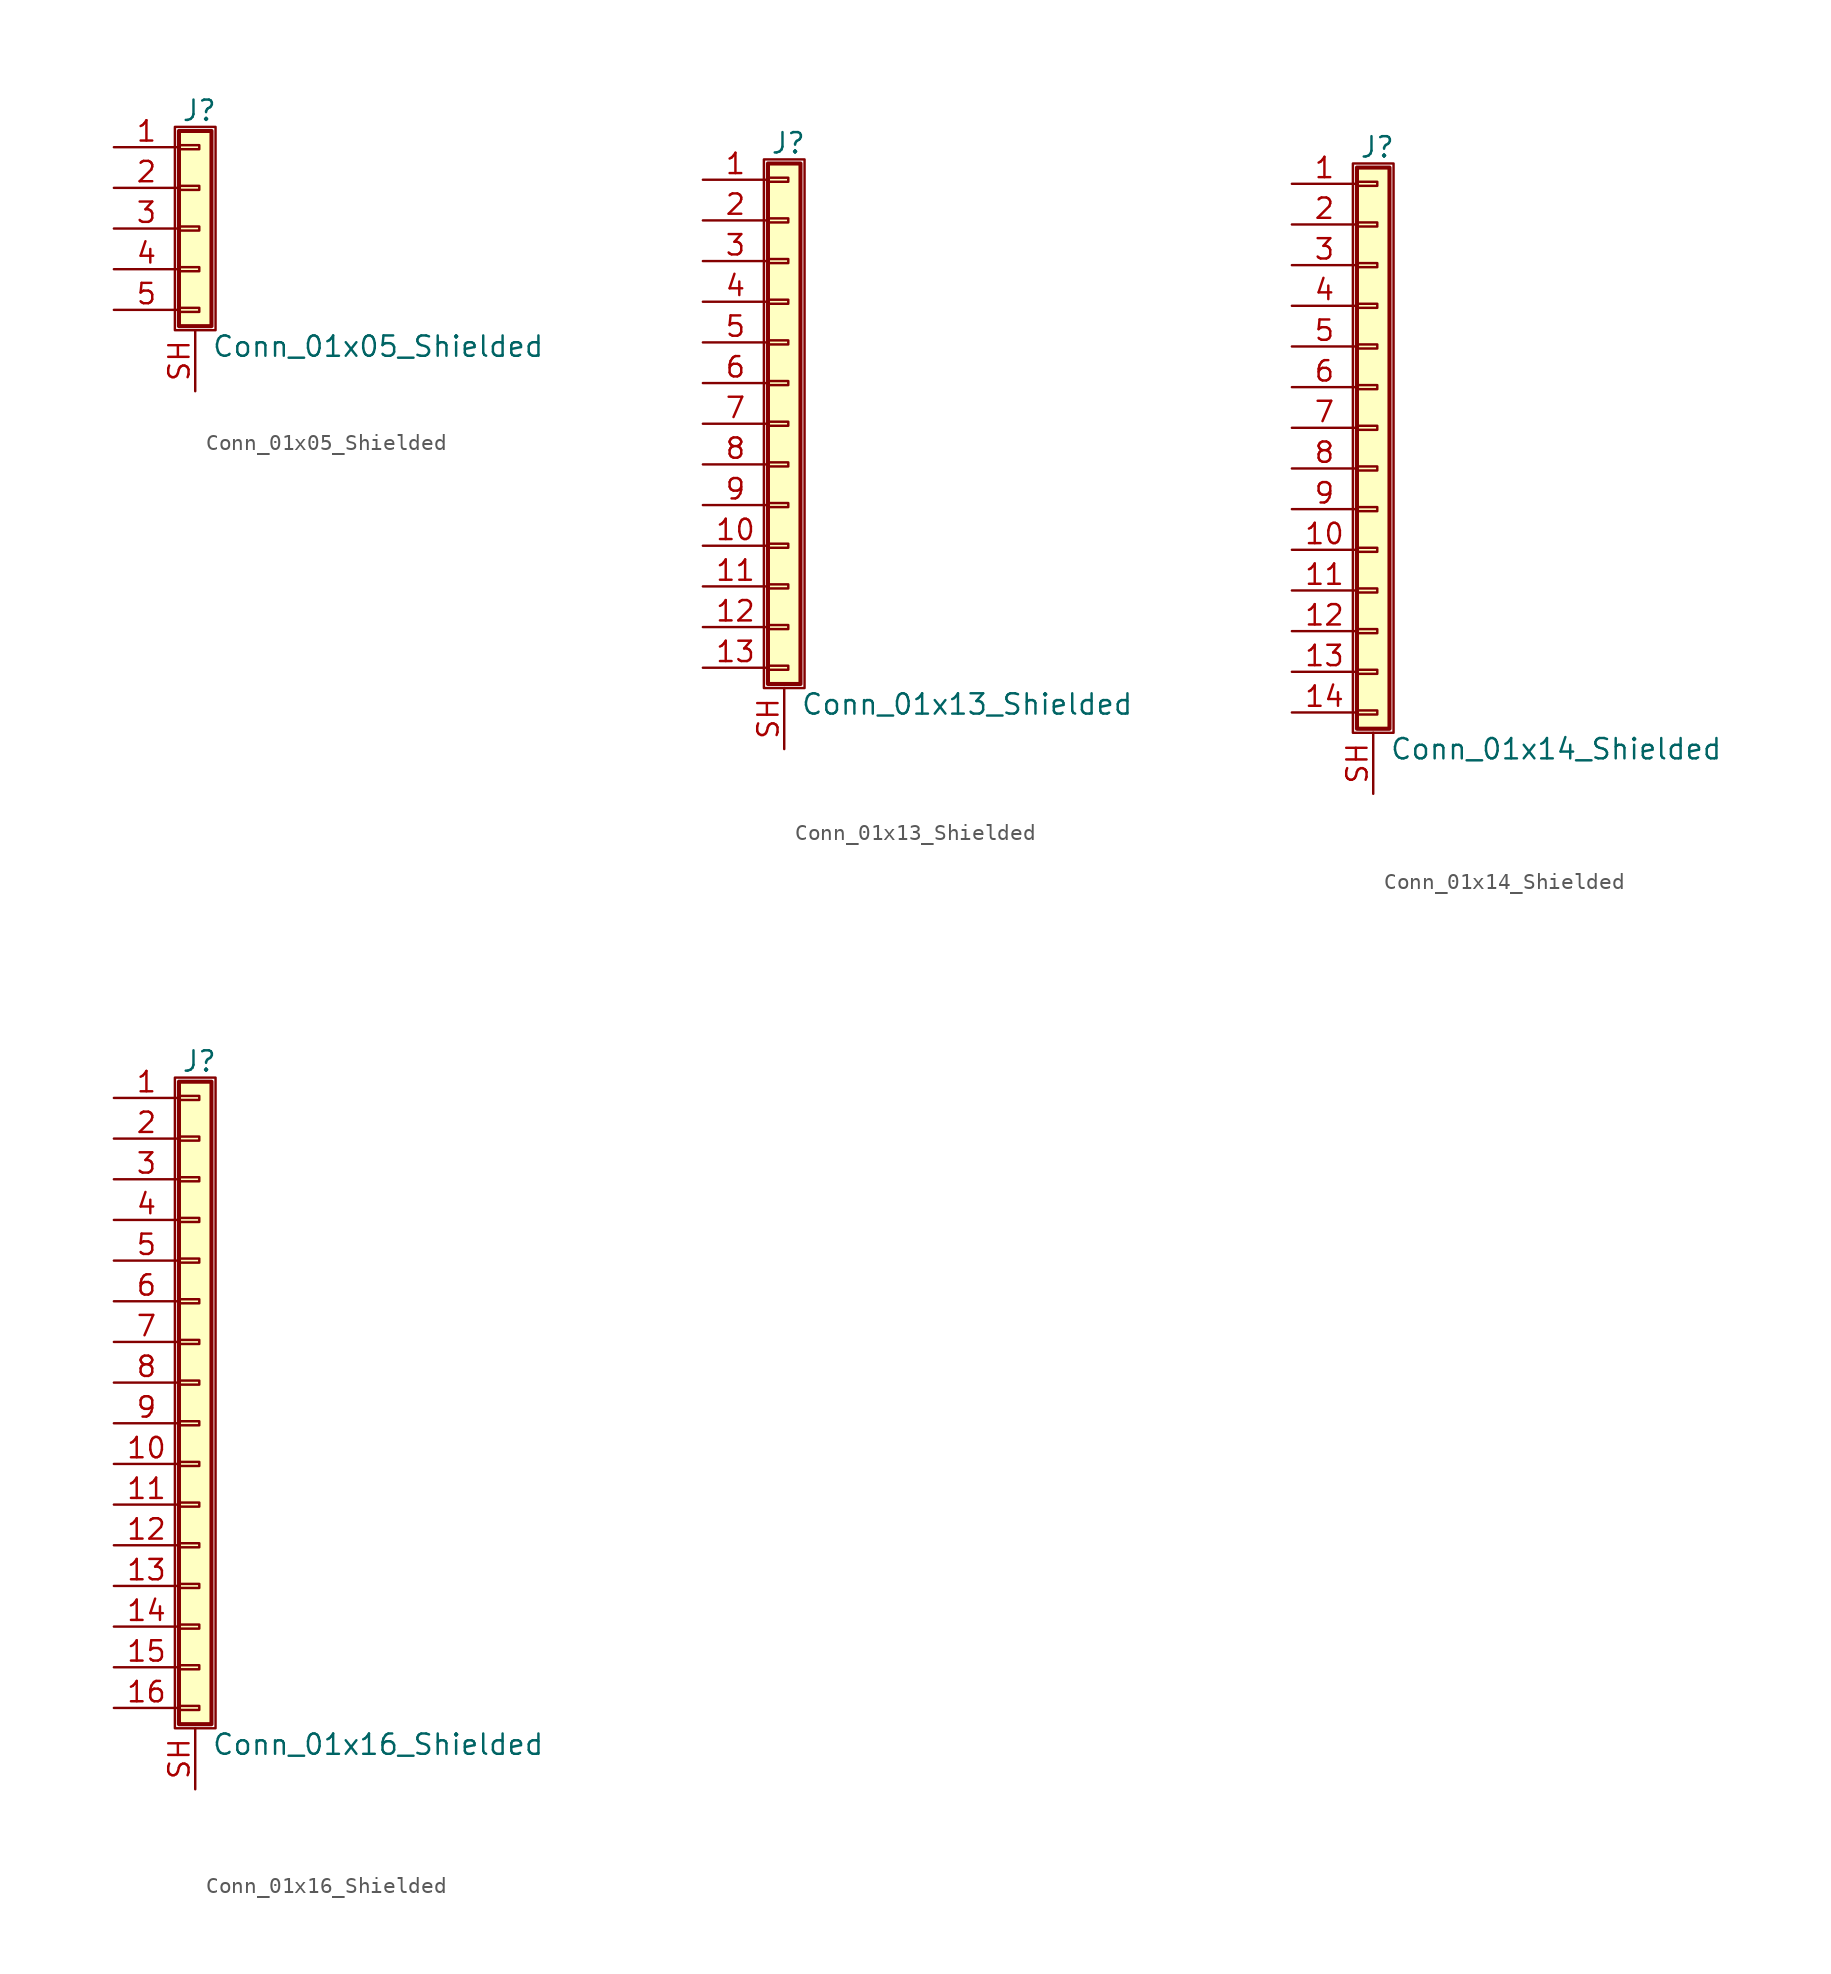
<source format=kicad_sym>
(kicad_symbol_lib
  (version 20211014)
  (generator kicad_symbol_editor)
  (symbol "Conn_01x05_Shielded"
    (pin_names
      (offset 1.016) hide)
    (property "Reference" "J"
      (at 0.254 7.366 0)
      (effects (font (size 1.27 1.27))))
    (property "Value" "Conn_01x05_Shielded"
      (at 1.016 -7.366 0)
      (effects (font (size 1.27 1.27)) (justify left)))
    (symbol "Conn_01x05_Shielded_1_1"
      (rectangle (start -1.27 6.35) (end 1.27 -6.35) (stroke (width 0.152) (type default) (color 0 0 0 0)) (fill (type none)))
      (rectangle (start -1.016 -4.953) (end 0.254 -5.207) (stroke (width 0.152) (type default) (color 0 0 0 0)) (fill (type none)))
      (rectangle (start -1.016 -2.413) (end 0.254 -2.667) (stroke (width 0.152) (type default) (color 0 0 0 0)) (fill (type none)))
      (rectangle (start -1.016 0.127) (end 0.254 -0.127) (stroke (width 0.152) (type default) (color 0 0 0 0)) (fill (type none)))
      (rectangle (start -1.016 2.667) (end 0.254 2.413) (stroke (width 0.152) (type default) (color 0 0 0 0)) (fill (type none)))
      (rectangle (start -1.016 5.207) (end 0.254 4.953) (stroke (width 0.152) (type default) (color 0 0 0 0)) (fill (type none)))
      (rectangle (start -1.016 6.096) (end 1.016 -6.096) (stroke (width 0.254) (type default) (color 0 0 0 0)) (fill (type background)))
      (pin passive line (at -5.08 5.08 0) (length 4.064) (name "Pin_1" (effects (font (size 1.27 1.27)))) (number "1" (effects (font (size 1.27 1.27)))))
      (pin passive line (at -5.08 2.54 0) (length 4.064) (name "Pin_2" (effects (font (size 1.27 1.27)))) (number "2" (effects (font (size 1.27 1.27)))))
      (pin passive line (at -5.08 0 0) (length 4.064) (name "Pin_3" (effects (font (size 1.27 1.27)))) (number "3" (effects (font (size 1.27 1.27)))))
      (pin passive line (at -5.08 -2.54 0) (length 4.064) (name "Pin_4" (effects (font (size 1.27 1.27)))) (number "4" (effects (font (size 1.27 1.27)))))
      (pin passive line (at -5.08 -5.08 0) (length 4.064) (name "Pin_5" (effects (font (size 1.27 1.27)))) (number "5" (effects (font (size 1.27 1.27)))))
      (pin passive line (at 0 -10.16 90) (length 3.81) (name "Shield" (effects (font (size 1.27 1.27)))) (number "SH" (effects (font (size 1.27 1.27)))))))
  (symbol "Conn_01x13_Shielded"
    (pin_names
      (offset 1.016) hide)
    (property "Reference" "J"
      (at 0.254 17.526 0)
      (effects (font (size 1.27 1.27))))
    (property "Value" "Conn_01x13_Shielded"
      (at 1.016 -17.526 0)
      (effects (font (size 1.27 1.27)) (justify left)))
    (symbol "Conn_01x13_Shielded_1_1"
      (rectangle (start -1.27 16.51) (end 1.27 -16.51) (stroke (width 0.152) (type default) (color 0 0 0 0)) (fill (type none)))
      (rectangle (start -1.016 -15.113) (end 0.254 -15.367) (stroke (width 0.152) (type default) (color 0 0 0 0)) (fill (type none)))
      (rectangle (start -1.016 -12.573) (end 0.254 -12.827) (stroke (width 0.152) (type default) (color 0 0 0 0)) (fill (type none)))
      (rectangle (start -1.016 -10.033) (end 0.254 -10.287) (stroke (width 0.152) (type default) (color 0 0 0 0)) (fill (type none)))
      (rectangle (start -1.016 -7.493) (end 0.254 -7.747) (stroke (width 0.152) (type default) (color 0 0 0 0)) (fill (type none)))
      (rectangle (start -1.016 -4.953) (end 0.254 -5.207) (stroke (width 0.152) (type default) (color 0 0 0 0)) (fill (type none)))
      (rectangle (start -1.016 -2.413) (end 0.254 -2.667) (stroke (width 0.152) (type default) (color 0 0 0 0)) (fill (type none)))
      (rectangle (start -1.016 0.127) (end 0.254 -0.127) (stroke (width 0.152) (type default) (color 0 0 0 0)) (fill (type none)))
      (rectangle (start -1.016 2.667) (end 0.254 2.413) (stroke (width 0.152) (type default) (color 0 0 0 0)) (fill (type none)))
      (rectangle (start -1.016 5.207) (end 0.254 4.953) (stroke (width 0.152) (type default) (color 0 0 0 0)) (fill (type none)))
      (rectangle (start -1.016 7.747) (end 0.254 7.493) (stroke (width 0.152) (type default) (color 0 0 0 0)) (fill (type none)))
      (rectangle (start -1.016 10.287) (end 0.254 10.033) (stroke (width 0.152) (type default) (color 0 0 0 0)) (fill (type none)))
      (rectangle (start -1.016 12.827) (end 0.254 12.573) (stroke (width 0.152) (type default) (color 0 0 0 0)) (fill (type none)))
      (rectangle (start -1.016 15.367) (end 0.254 15.113) (stroke (width 0.152) (type default) (color 0 0 0 0)) (fill (type none)))
      (rectangle (start -1.016 16.256) (end 1.016 -16.256) (stroke (width 0.254) (type default) (color 0 0 0 0)) (fill (type background)))
      (pin passive line (at -5.08 15.24 0) (length 4.064) (name "Pin_1" (effects (font (size 1.27 1.27)))) (number "1" (effects (font (size 1.27 1.27)))))
      (pin passive line (at -5.08 -7.62 0) (length 4.064) (name "Pin_10" (effects (font (size 1.27 1.27)))) (number "10" (effects (font (size 1.27 1.27)))))
      (pin passive line (at -5.08 -10.16 0) (length 4.064) (name "Pin_11" (effects (font (size 1.27 1.27)))) (number "11" (effects (font (size 1.27 1.27)))))
      (pin passive line (at -5.08 -12.7 0) (length 4.064) (name "Pin_12" (effects (font (size 1.27 1.27)))) (number "12" (effects (font (size 1.27 1.27)))))
      (pin passive line (at -5.08 -15.24 0) (length 4.064) (name "Pin_13" (effects (font (size 1.27 1.27)))) (number "13" (effects (font (size 1.27 1.27)))))
      (pin passive line (at -5.08 12.7 0) (length 4.064) (name "Pin_2" (effects (font (size 1.27 1.27)))) (number "2" (effects (font (size 1.27 1.27)))))
      (pin passive line (at -5.08 10.16 0) (length 4.064) (name "Pin_3" (effects (font (size 1.27 1.27)))) (number "3" (effects (font (size 1.27 1.27)))))
      (pin passive line (at -5.08 7.62 0) (length 4.064) (name "Pin_4" (effects (font (size 1.27 1.27)))) (number "4" (effects (font (size 1.27 1.27)))))
      (pin passive line (at -5.08 5.08 0) (length 4.064) (name "Pin_5" (effects (font (size 1.27 1.27)))) (number "5" (effects (font (size 1.27 1.27)))))
      (pin passive line (at -5.08 2.54 0) (length 4.064) (name "Pin_6" (effects (font (size 1.27 1.27)))) (number "6" (effects (font (size 1.27 1.27)))))
      (pin passive line (at -5.08 0 0) (length 4.064) (name "Pin_7" (effects (font (size 1.27 1.27)))) (number "7" (effects (font (size 1.27 1.27)))))
      (pin passive line (at -5.08 -2.54 0) (length 4.064) (name "Pin_8" (effects (font (size 1.27 1.27)))) (number "8" (effects (font (size 1.27 1.27)))))
      (pin passive line (at -5.08 -5.08 0) (length 4.064) (name "Pin_9" (effects (font (size 1.27 1.27)))) (number "9" (effects (font (size 1.27 1.27)))))
      (pin passive line (at 0 -20.32 90) (length 3.81) (name "Shield" (effects (font (size 1.27 1.27)))) (number "SH" (effects (font (size 1.27 1.27)))))))
  (symbol "Conn_01x14_Shielded"
    (pin_names
      (offset 1.016) hide)
    (property "Reference" "J"
      (at 0.254 17.526 0)
      (effects (font (size 1.27 1.27))))
    (property "Value" "Conn_01x14_Shielded"
      (at 1.016 -20.066 0)
      (effects (font (size 1.27 1.27)) (justify left)))
    (symbol "Conn_01x14_Shielded_1_1"
      (rectangle (start -1.27 16.51) (end 1.27 -19.05) (stroke (width 0.152) (type default) (color 0 0 0 0)) (fill (type none)))
      (rectangle (start -1.016 -17.653) (end 0.254 -17.907) (stroke (width 0.152) (type default) (color 0 0 0 0)) (fill (type none)))
      (rectangle (start -1.016 -15.113) (end 0.254 -15.367) (stroke (width 0.152) (type default) (color 0 0 0 0)) (fill (type none)))
      (rectangle (start -1.016 -12.573) (end 0.254 -12.827) (stroke (width 0.152) (type default) (color 0 0 0 0)) (fill (type none)))
      (rectangle (start -1.016 -10.033) (end 0.254 -10.287) (stroke (width 0.152) (type default) (color 0 0 0 0)) (fill (type none)))
      (rectangle (start -1.016 -7.493) (end 0.254 -7.747) (stroke (width 0.152) (type default) (color 0 0 0 0)) (fill (type none)))
      (rectangle (start -1.016 -4.953) (end 0.254 -5.207) (stroke (width 0.152) (type default) (color 0 0 0 0)) (fill (type none)))
      (rectangle (start -1.016 -2.413) (end 0.254 -2.667) (stroke (width 0.152) (type default) (color 0 0 0 0)) (fill (type none)))
      (rectangle (start -1.016 0.127) (end 0.254 -0.127) (stroke (width 0.152) (type default) (color 0 0 0 0)) (fill (type none)))
      (rectangle (start -1.016 2.667) (end 0.254 2.413) (stroke (width 0.152) (type default) (color 0 0 0 0)) (fill (type none)))
      (rectangle (start -1.016 5.207) (end 0.254 4.953) (stroke (width 0.152) (type default) (color 0 0 0 0)) (fill (type none)))
      (rectangle (start -1.016 7.747) (end 0.254 7.493) (stroke (width 0.152) (type default) (color 0 0 0 0)) (fill (type none)))
      (rectangle (start -1.016 10.287) (end 0.254 10.033) (stroke (width 0.152) (type default) (color 0 0 0 0)) (fill (type none)))
      (rectangle (start -1.016 12.827) (end 0.254 12.573) (stroke (width 0.152) (type default) (color 0 0 0 0)) (fill (type none)))
      (rectangle (start -1.016 15.367) (end 0.254 15.113) (stroke (width 0.152) (type default) (color 0 0 0 0)) (fill (type none)))
      (rectangle (start -1.016 16.256) (end 1.016 -18.796) (stroke (width 0.254) (type default) (color 0 0 0 0)) (fill (type background)))
      (pin passive line (at -5.08 15.24 0) (length 4.064) (name "Pin_1" (effects (font (size 1.27 1.27)))) (number "1" (effects (font (size 1.27 1.27)))))
      (pin passive line (at -5.08 -7.62 0) (length 4.064) (name "Pin_10" (effects (font (size 1.27 1.27)))) (number "10" (effects (font (size 1.27 1.27)))))
      (pin passive line (at -5.08 -10.16 0) (length 4.064) (name "Pin_11" (effects (font (size 1.27 1.27)))) (number "11" (effects (font (size 1.27 1.27)))))
      (pin passive line (at -5.08 -12.7 0) (length 4.064) (name "Pin_12" (effects (font (size 1.27 1.27)))) (number "12" (effects (font (size 1.27 1.27)))))
      (pin passive line (at -5.08 -15.24 0) (length 4.064) (name "Pin_13" (effects (font (size 1.27 1.27)))) (number "13" (effects (font (size 1.27 1.27)))))
      (pin passive line (at -5.08 -17.78 0) (length 4.064) (name "Pin_14" (effects (font (size 1.27 1.27)))) (number "14" (effects (font (size 1.27 1.27)))))
      (pin passive line (at -5.08 12.7 0) (length 4.064) (name "Pin_2" (effects (font (size 1.27 1.27)))) (number "2" (effects (font (size 1.27 1.27)))))
      (pin passive line (at -5.08 10.16 0) (length 4.064) (name "Pin_3" (effects (font (size 1.27 1.27)))) (number "3" (effects (font (size 1.27 1.27)))))
      (pin passive line (at -5.08 7.62 0) (length 4.064) (name "Pin_4" (effects (font (size 1.27 1.27)))) (number "4" (effects (font (size 1.27 1.27)))))
      (pin passive line (at -5.08 5.08 0) (length 4.064) (name "Pin_5" (effects (font (size 1.27 1.27)))) (number "5" (effects (font (size 1.27 1.27)))))
      (pin passive line (at -5.08 2.54 0) (length 4.064) (name "Pin_6" (effects (font (size 1.27 1.27)))) (number "6" (effects (font (size 1.27 1.27)))))
      (pin passive line (at -5.08 0 0) (length 4.064) (name "Pin_7" (effects (font (size 1.27 1.27)))) (number "7" (effects (font (size 1.27 1.27)))))
      (pin passive line (at -5.08 -2.54 0) (length 4.064) (name "Pin_8" (effects (font (size 1.27 1.27)))) (number "8" (effects (font (size 1.27 1.27)))))
      (pin passive line (at -5.08 -5.08 0) (length 4.064) (name "Pin_9" (effects (font (size 1.27 1.27)))) (number "9" (effects (font (size 1.27 1.27)))))
      (pin passive line (at 0 -22.86 90) (length 3.81) (name "Shield" (effects (font (size 1.27 1.27)))) (number "SH" (effects (font (size 1.27 1.27)))))))
  (symbol "Conn_01x16_Shielded"
    (pin_names
      (offset 1.016) hide)
    (property "Reference" "J"
      (at 0.254 20.066 0)
      (effects (font (size 1.27 1.27))))
    (property "Value" "Conn_01x16_Shielded"
      (at 1.016 -22.606 0)
      (effects (font (size 1.27 1.27)) (justify left)))
    (symbol "Conn_01x16_Shielded_1_1"
      (rectangle (start -1.27 19.05) (end 1.27 -21.59) (stroke (width 0.152) (type default) (color 0 0 0 0)) (fill (type none)))
      (rectangle (start -1.016 -20.193) (end 0.254 -20.447) (stroke (width 0.152) (type default) (color 0 0 0 0)) (fill (type none)))
      (rectangle (start -1.016 -17.653) (end 0.254 -17.907) (stroke (width 0.152) (type default) (color 0 0 0 0)) (fill (type none)))
      (rectangle (start -1.016 -15.113) (end 0.254 -15.367) (stroke (width 0.152) (type default) (color 0 0 0 0)) (fill (type none)))
      (rectangle (start -1.016 -12.573) (end 0.254 -12.827) (stroke (width 0.152) (type default) (color 0 0 0 0)) (fill (type none)))
      (rectangle (start -1.016 -10.033) (end 0.254 -10.287) (stroke (width 0.152) (type default) (color 0 0 0 0)) (fill (type none)))
      (rectangle (start -1.016 -7.493) (end 0.254 -7.747) (stroke (width 0.152) (type default) (color 0 0 0 0)) (fill (type none)))
      (rectangle (start -1.016 -4.953) (end 0.254 -5.207) (stroke (width 0.152) (type default) (color 0 0 0 0)) (fill (type none)))
      (rectangle (start -1.016 -2.413) (end 0.254 -2.667) (stroke (width 0.152) (type default) (color 0 0 0 0)) (fill (type none)))
      (rectangle (start -1.016 0.127) (end 0.254 -0.127) (stroke (width 0.152) (type default) (color 0 0 0 0)) (fill (type none)))
      (rectangle (start -1.016 2.667) (end 0.254 2.413) (stroke (width 0.152) (type default) (color 0 0 0 0)) (fill (type none)))
      (rectangle (start -1.016 5.207) (end 0.254 4.953) (stroke (width 0.152) (type default) (color 0 0 0 0)) (fill (type none)))
      (rectangle (start -1.016 7.747) (end 0.254 7.493) (stroke (width 0.152) (type default) (color 0 0 0 0)) (fill (type none)))
      (rectangle (start -1.016 10.287) (end 0.254 10.033) (stroke (width 0.152) (type default) (color 0 0 0 0)) (fill (type none)))
      (rectangle (start -1.016 12.827) (end 0.254 12.573) (stroke (width 0.152) (type default) (color 0 0 0 0)) (fill (type none)))
      (rectangle (start -1.016 15.367) (end 0.254 15.113) (stroke (width 0.152) (type default) (color 0 0 0 0)) (fill (type none)))
      (rectangle (start -1.016 17.907) (end 0.254 17.653) (stroke (width 0.152) (type default) (color 0 0 0 0)) (fill (type none)))
      (rectangle (start -1.016 18.796) (end 1.016 -21.336) (stroke (width 0.254) (type default) (color 0 0 0 0)) (fill (type background)))
      (pin passive line (at -5.08 17.78 0) (length 4.064) (name "Pin_1" (effects (font (size 1.27 1.27)))) (number "1" (effects (font (size 1.27 1.27)))))
      (pin passive line (at -5.08 -5.08 0) (length 4.064) (name "Pin_10" (effects (font (size 1.27 1.27)))) (number "10" (effects (font (size 1.27 1.27)))))
      (pin passive line (at -5.08 -7.62 0) (length 4.064) (name "Pin_11" (effects (font (size 1.27 1.27)))) (number "11" (effects (font (size 1.27 1.27)))))
      (pin passive line (at -5.08 -10.16 0) (length 4.064) (name "Pin_12" (effects (font (size 1.27 1.27)))) (number "12" (effects (font (size 1.27 1.27)))))
      (pin passive line (at -5.08 -12.7 0) (length 4.064) (name "Pin_13" (effects (font (size 1.27 1.27)))) (number "13" (effects (font (size 1.27 1.27)))))
      (pin passive line (at -5.08 -15.24 0) (length 4.064) (name "Pin_14" (effects (font (size 1.27 1.27)))) (number "14" (effects (font (size 1.27 1.27)))))
      (pin passive line (at -5.08 -17.78 0) (length 4.064) (name "Pin_15" (effects (font (size 1.27 1.27)))) (number "15" (effects (font (size 1.27 1.27)))))
      (pin passive line (at -5.08 -20.32 0) (length 4.064) (name "Pin_16" (effects (font (size 1.27 1.27)))) (number "16" (effects (font (size 1.27 1.27)))))
      (pin passive line (at -5.08 15.24 0) (length 4.064) (name "Pin_2" (effects (font (size 1.27 1.27)))) (number "2" (effects (font (size 1.27 1.27)))))
      (pin passive line (at -5.08 12.7 0) (length 4.064) (name "Pin_3" (effects (font (size 1.27 1.27)))) (number "3" (effects (font (size 1.27 1.27)))))
      (pin passive line (at -5.08 10.16 0) (length 4.064) (name "Pin_4" (effects (font (size 1.27 1.27)))) (number "4" (effects (font (size 1.27 1.27)))))
      (pin passive line (at -5.08 7.62 0) (length 4.064) (name "Pin_5" (effects (font (size 1.27 1.27)))) (number "5" (effects (font (size 1.27 1.27)))))
      (pin passive line (at -5.08 5.08 0) (length 4.064) (name "Pin_6" (effects (font (size 1.27 1.27)))) (number "6" (effects (font (size 1.27 1.27)))))
      (pin passive line (at -5.08 2.54 0) (length 4.064) (name "Pin_7" (effects (font (size 1.27 1.27)))) (number "7" (effects (font (size 1.27 1.27)))))
      (pin passive line (at -5.08 0 0) (length 4.064) (name "Pin_8" (effects (font (size 1.27 1.27)))) (number "8" (effects (font (size 1.27 1.27)))))
      (pin passive line (at -5.08 -2.54 0) (length 4.064) (name "Pin_9" (effects (font (size 1.27 1.27)))) (number "9" (effects (font (size 1.27 1.27)))))
      (pin passive line (at 0 -25.4 90) (length 3.81) (name "Shield" (effects (font (size 1.27 1.27)))) (number "SH" (effects (font (size 1.27 1.27))))))))
</source>
